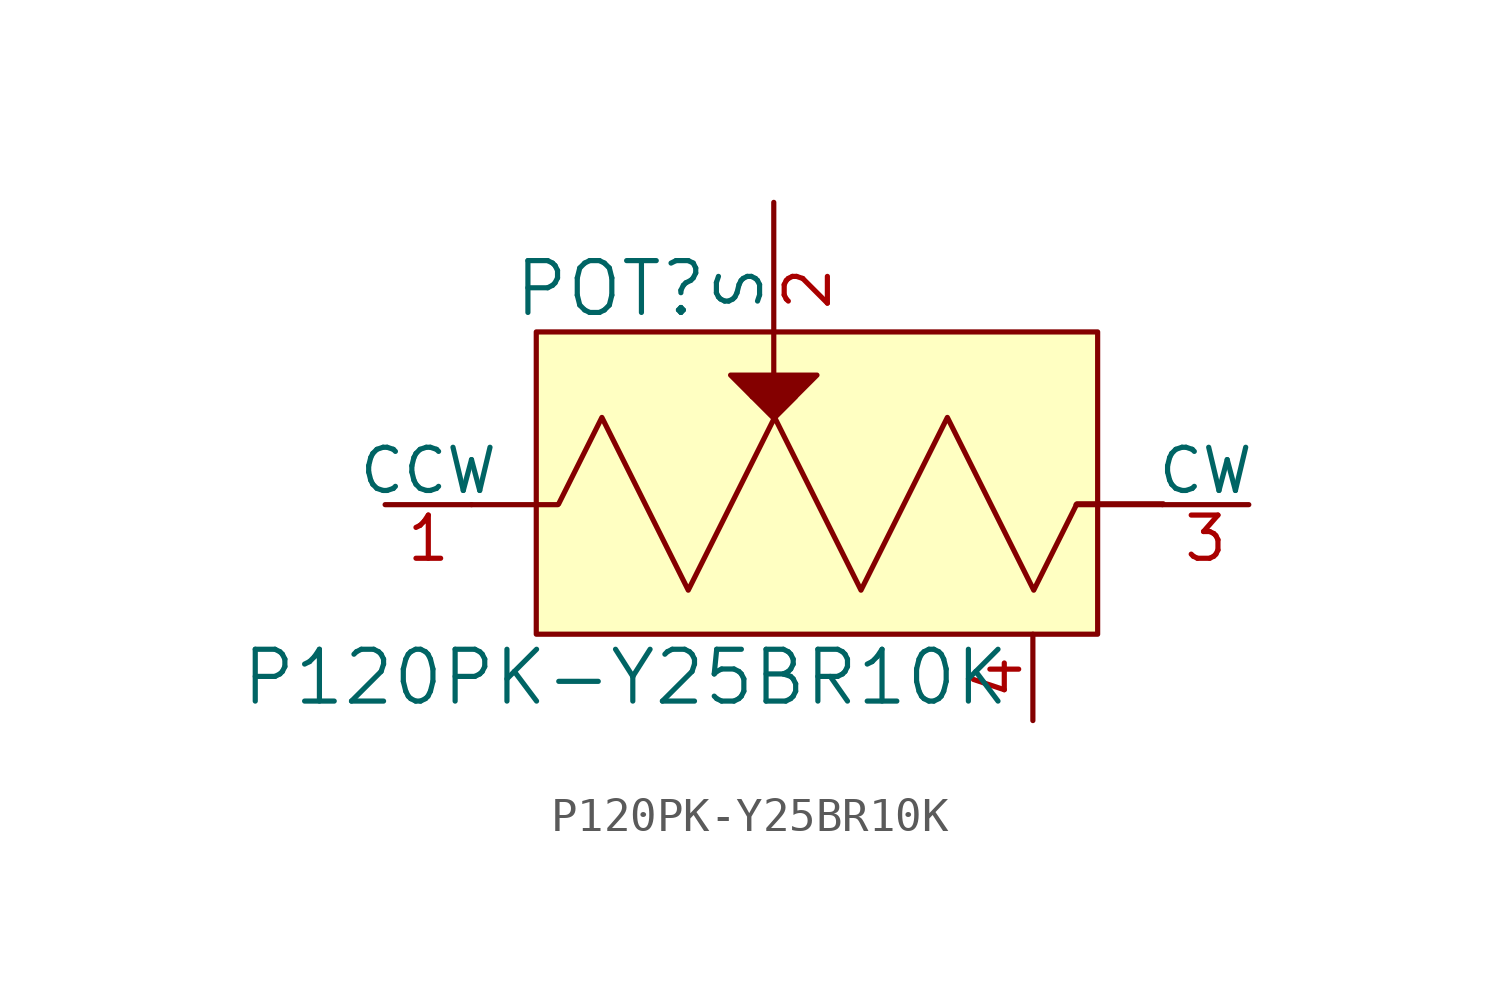
<source format=kicad_sym>
(kicad_symbol_lib
  (version 20211014)
  (generator kicad_symbol_editor)
  (symbol "P120PK-Y25BR10K"
    (pin_names
      (offset 0))
    (property "Reference" "POT"
      (at -1.905 6.35 0)
      (effects (font (size 1.524 1.524)) (justify right)))
    (property "Value" "P120PK-Y25BR10K"
      (at 6.985 -5.08 0)
      (effects (font (size 1.524 1.524)) (justify right)))
    (symbol "P120PK-Y25BR10K_0_1"
      (rectangle (start -6.985 5.08) (end 9.525 -3.81) (stroke (width 0) (type default) (color 0 0 0 0)) (fill (type background)))
      (polyline (pts (xy -6.35 0) (xy -8.89 0)) (stroke (width 0) (type default) (color 0 0 0 0)) (fill (type none)))
      (polyline (pts (xy 11.43 0) (xy 8.89 0)) (stroke (width 0) (type default) (color 0 0 0 0)) (fill (type none)))
      (polyline (pts (xy -0.635 3.175) (xy -1.27 3.81) (xy 1.27 3.81) (xy 0 2.54)) (stroke (width 0) (type default) (color 0 0 0 0)) (fill (type outline)))
      (polyline (pts (xy 0 2.54) (xy -0.635 3.175) (xy 0.635 3.175) (xy 0 2.54)) (stroke (width 0) (type default) (color 0 0 0 0)) (fill (type none)))
      (polyline (pts (xy -6.325 0.025) (xy -5.055 2.565) (xy -2.515 -2.515) (xy -1.245 0.025) (xy 0.025 2.565) (xy 2.565 -2.515) (xy 5.105 2.565) (xy 7.645 -2.515) (xy 8.915 0.025) (xy 11.455 0.025)) (stroke (width 0) (type default) (color 0 0 0 0)) (fill (type none))))
    (symbol "P120PK-Y25BR10K_1_0"
      (pin unspecified line (at 7.62 -6.35 90) (length 2.54) (name "~" (effects (font (size 1.27 1.27)))) (number "4" (effects (font (size 1.27 1.27))))))
    (symbol "P120PK-Y25BR10K_1_1"
      (pin passive line (at -11.43 0 0) (length 2.54) (name "CCW" (effects (font (size 1.27 1.27)))) (number "1" (effects (font (size 1.27 1.27)))))
      (pin passive line (at 0 8.89 270) (length 5.08) (name "S" (effects (font (size 1.27 1.27)))) (number "2" (effects (font (size 1.27 1.27)))))
      (pin passive line (at 13.97 0 180) (length 2.54) (name "CW" (effects (font (size 1.27 1.27)))) (number "3" (effects (font (size 1.27 1.27))))))))
</source>
